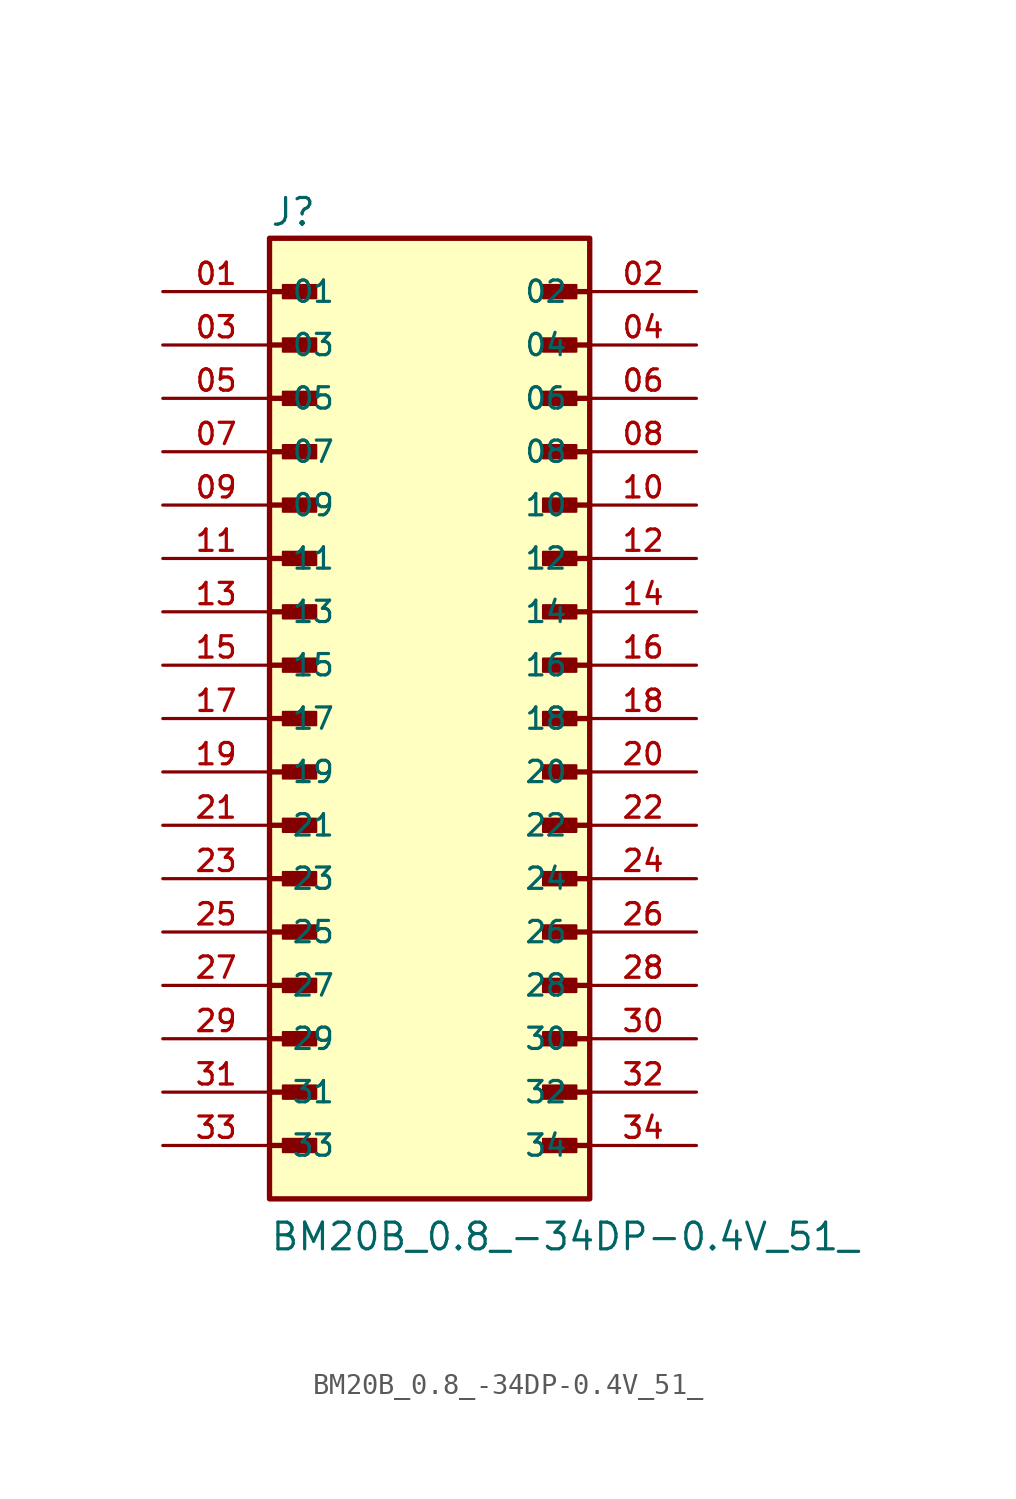
<source format=kicad_sym>
(kicad_symbol_lib
  (version 20211014)
  (generator kicad_symbol_editor)
  (symbol "BM20B_0.8_-34DP-0.4V_51_"
    (pin_names
      (offset 1.016))
    (property "Reference" "J"
      (at -7.62 23.368 0)
      (effects (font (size 1.27 1.27)) (justify bottom left)))
    (property "Value" "BM20B_0.8_-34DP-0.4V_51_"
      (at -7.62 -25.4 0)
      (effects (font (size 1.27 1.27)) (justify bottom left)))
    (symbol "BM20B_0.8_-34DP-0.4V_51__0_0"
      (polyline (pts (xy -7.62 20.32) (xy -5.715 20.32)) (stroke (width 0.254)))
      (rectangle (start -6.985 20.003) (end -5.397 20.637) (stroke (width 0.1)) (fill (type outline)))
      (polyline (pts (xy 7.62 20.32) (xy 5.715 20.32)) (stroke (width 0.254)))
      (rectangle (start 5.397 20.003) (end 6.985 20.637) (stroke (width 0.1)) (fill (type outline)))
      (polyline (pts (xy -7.62 17.78) (xy -5.715 17.78)) (stroke (width 0.254)))
      (rectangle (start -6.985 17.462) (end -5.397 18.098) (stroke (width 0.1)) (fill (type outline)))
      (polyline (pts (xy 7.62 17.78) (xy 5.715 17.78)) (stroke (width 0.254)))
      (rectangle (start 5.397 17.462) (end 6.985 18.098) (stroke (width 0.1)) (fill (type outline)))
      (polyline (pts (xy -7.62 15.24) (xy -5.715 15.24)) (stroke (width 0.254)))
      (rectangle (start -6.985 14.922) (end -5.397 15.557) (stroke (width 0.1)) (fill (type outline)))
      (polyline (pts (xy 7.62 15.24) (xy 5.715 15.24)) (stroke (width 0.254)))
      (rectangle (start 5.397 14.922) (end 6.985 15.557) (stroke (width 0.1)) (fill (type outline)))
      (polyline (pts (xy -7.62 12.7) (xy -5.715 12.7)) (stroke (width 0.254)))
      (rectangle (start -6.985 12.383) (end -5.397 13.018) (stroke (width 0.1)) (fill (type outline)))
      (polyline (pts (xy 7.62 12.7) (xy 5.715 12.7)) (stroke (width 0.254)))
      (rectangle (start 5.397 12.383) (end 6.985 13.018) (stroke (width 0.1)) (fill (type outline)))
      (polyline (pts (xy -7.62 10.16) (xy -5.715 10.16)) (stroke (width 0.254)))
      (rectangle (start -6.985 9.842) (end -5.397 10.477) (stroke (width 0.1)) (fill (type outline)))
      (polyline (pts (xy 7.62 10.16) (xy 5.715 10.16)) (stroke (width 0.254)))
      (rectangle (start 5.397 9.842) (end 6.985 10.477) (stroke (width 0.1)) (fill (type outline)))
      (polyline (pts (xy -7.62 7.62) (xy -5.715 7.62)) (stroke (width 0.254)))
      (rectangle (start -6.985 7.303) (end -5.397 7.938) (stroke (width 0.1)) (fill (type outline)))
      (polyline (pts (xy 7.62 7.62) (xy 5.715 7.62)) (stroke (width 0.254)))
      (rectangle (start 5.397 7.303) (end 6.985 7.938) (stroke (width 0.1)) (fill (type outline)))
      (polyline (pts (xy -7.62 5.08) (xy -5.715 5.08)) (stroke (width 0.254)))
      (rectangle (start -6.985 4.763) (end -5.397 5.397) (stroke (width 0.1)) (fill (type outline)))
      (polyline (pts (xy 7.62 5.08) (xy 5.715 5.08)) (stroke (width 0.254)))
      (rectangle (start 5.397 4.763) (end 6.985 5.397) (stroke (width 0.1)) (fill (type outline)))
      (polyline (pts (xy -7.62 2.54) (xy -5.715 2.54)) (stroke (width 0.254)))
      (rectangle (start -6.985 2.223) (end -5.397 2.857) (stroke (width 0.1)) (fill (type outline)))
      (polyline (pts (xy 7.62 2.54) (xy 5.715 2.54)) (stroke (width 0.254)))
      (rectangle (start 5.397 2.223) (end 6.985 2.857) (stroke (width 0.1)) (fill (type outline)))
      (polyline (pts (xy -7.62 0.0) (xy -5.715 0.0)) (stroke (width 0.254)))
      (rectangle (start -6.985 -0.318) (end -5.397 0.318) (stroke (width 0.1)) (fill (type outline)))
      (polyline (pts (xy 7.62 0.0) (xy 5.715 0.0)) (stroke (width 0.254)))
      (rectangle (start 5.397 -0.318) (end 6.985 0.318) (stroke (width 0.1)) (fill (type outline)))
      (polyline (pts (xy -7.62 -2.54) (xy -5.715 -2.54)) (stroke (width 0.254)))
      (rectangle (start -6.985 -2.857) (end -5.397 -2.223) (stroke (width 0.1)) (fill (type outline)))
      (polyline (pts (xy 7.62 -2.54) (xy 5.715 -2.54)) (stroke (width 0.254)))
      (rectangle (start 5.397 -2.857) (end 6.985 -2.223) (stroke (width 0.1)) (fill (type outline)))
      (polyline (pts (xy -7.62 -5.08) (xy -5.715 -5.08)) (stroke (width 0.254)))
      (rectangle (start -6.985 -5.397) (end -5.397 -4.763) (stroke (width 0.1)) (fill (type outline)))
      (polyline (pts (xy 7.62 -5.08) (xy 5.715 -5.08)) (stroke (width 0.254)))
      (rectangle (start 5.397 -5.397) (end 6.985 -4.763) (stroke (width 0.1)) (fill (type outline)))
      (polyline (pts (xy -7.62 -7.62) (xy -5.715 -7.62)) (stroke (width 0.254)))
      (rectangle (start -6.985 -7.938) (end -5.397 -7.303) (stroke (width 0.1)) (fill (type outline)))
      (polyline (pts (xy 7.62 -7.62) (xy 5.715 -7.62)) (stroke (width 0.254)))
      (rectangle (start 5.397 -7.938) (end 6.985 -7.303) (stroke (width 0.1)) (fill (type outline)))
      (polyline (pts (xy -7.62 -10.16) (xy -5.715 -10.16)) (stroke (width 0.254)))
      (rectangle (start -6.985 -10.477) (end -5.397 -9.842) (stroke (width 0.1)) (fill (type outline)))
      (polyline (pts (xy 7.62 -10.16) (xy 5.715 -10.16)) (stroke (width 0.254)))
      (rectangle (start 5.397 -10.477) (end 6.985 -9.842) (stroke (width 0.1)) (fill (type outline)))
      (polyline (pts (xy -7.62 -12.7) (xy -5.715 -12.7)) (stroke (width 0.254)))
      (rectangle (start -6.985 -13.018) (end -5.397 -12.383) (stroke (width 0.1)) (fill (type outline)))
      (polyline (pts (xy 7.62 -12.7) (xy 5.715 -12.7)) (stroke (width 0.254)))
      (rectangle (start 5.397 -13.018) (end 6.985 -12.383) (stroke (width 0.1)) (fill (type outline)))
      (polyline (pts (xy -7.62 -15.24) (xy -5.715 -15.24)) (stroke (width 0.254)))
      (rectangle (start -6.985 -15.557) (end -5.397 -14.922) (stroke (width 0.1)) (fill (type outline)))
      (polyline (pts (xy 7.62 -15.24) (xy 5.715 -15.24)) (stroke (width 0.254)))
      (rectangle (start 5.397 -15.557) (end 6.985 -14.922) (stroke (width 0.1)) (fill (type outline)))
      (polyline (pts (xy -7.62 -17.78) (xy -5.715 -17.78)) (stroke (width 0.254)))
      (rectangle (start -6.985 -18.098) (end -5.397 -17.462) (stroke (width 0.1)) (fill (type outline)))
      (polyline (pts (xy 7.62 -17.78) (xy 5.715 -17.78)) (stroke (width 0.254)))
      (rectangle (start 5.397 -18.098) (end 6.985 -17.462) (stroke (width 0.1)) (fill (type outline)))
      (polyline (pts (xy -7.62 -20.32) (xy -5.715 -20.32)) (stroke (width 0.254)))
      (rectangle (start -6.985 -20.637) (end -5.397 -20.003) (stroke (width 0.1)) (fill (type outline)))
      (polyline (pts (xy 7.62 -20.32) (xy 5.715 -20.32)) (stroke (width 0.254)))
      (rectangle (start 5.397 -20.637) (end 6.985 -20.003) (stroke (width 0.1)) (fill (type outline)))
      (rectangle (start -7.62 -22.86) (end 7.62 22.86) (stroke (width 0.254)) (fill (type background)))
      (pin passive line (at -12.7 20.32 0) (length 5.08) (name "01" (effects (font (size 1.016 1.016)))) (number "01" (effects (font (size 1.016 1.016)))))
      (pin passive line (at 12.7 20.32 180.0) (length 5.08) (name "02" (effects (font (size 1.016 1.016)))) (number "02" (effects (font (size 1.016 1.016)))))
      (pin passive line (at -12.7 17.78 0) (length 5.08) (name "03" (effects (font (size 1.016 1.016)))) (number "03" (effects (font (size 1.016 1.016)))))
      (pin passive line (at 12.7 17.78 180.0) (length 5.08) (name "04" (effects (font (size 1.016 1.016)))) (number "04" (effects (font (size 1.016 1.016)))))
      (pin passive line (at -12.7 15.24 0) (length 5.08) (name "05" (effects (font (size 1.016 1.016)))) (number "05" (effects (font (size 1.016 1.016)))))
      (pin passive line (at 12.7 15.24 180.0) (length 5.08) (name "06" (effects (font (size 1.016 1.016)))) (number "06" (effects (font (size 1.016 1.016)))))
      (pin passive line (at -12.7 12.7 0) (length 5.08) (name "07" (effects (font (size 1.016 1.016)))) (number "07" (effects (font (size 1.016 1.016)))))
      (pin passive line (at 12.7 12.7 180.0) (length 5.08) (name "08" (effects (font (size 1.016 1.016)))) (number "08" (effects (font (size 1.016 1.016)))))
      (pin passive line (at -12.7 10.16 0) (length 5.08) (name "09" (effects (font (size 1.016 1.016)))) (number "09" (effects (font (size 1.016 1.016)))))
      (pin passive line (at 12.7 10.16 180.0) (length 5.08) (name "10" (effects (font (size 1.016 1.016)))) (number "10" (effects (font (size 1.016 1.016)))))
      (pin passive line (at -12.7 7.62 0) (length 5.08) (name "11" (effects (font (size 1.016 1.016)))) (number "11" (effects (font (size 1.016 1.016)))))
      (pin passive line (at 12.7 7.62 180.0) (length 5.08) (name "12" (effects (font (size 1.016 1.016)))) (number "12" (effects (font (size 1.016 1.016)))))
      (pin passive line (at -12.7 5.08 0) (length 5.08) (name "13" (effects (font (size 1.016 1.016)))) (number "13" (effects (font (size 1.016 1.016)))))
      (pin passive line (at 12.7 5.08 180.0) (length 5.08) (name "14" (effects (font (size 1.016 1.016)))) (number "14" (effects (font (size 1.016 1.016)))))
      (pin passive line (at -12.7 2.54 0) (length 5.08) (name "15" (effects (font (size 1.016 1.016)))) (number "15" (effects (font (size 1.016 1.016)))))
      (pin passive line (at 12.7 2.54 180.0) (length 5.08) (name "16" (effects (font (size 1.016 1.016)))) (number "16" (effects (font (size 1.016 1.016)))))
      (pin passive line (at -12.7 0.0 0) (length 5.08) (name "17" (effects (font (size 1.016 1.016)))) (number "17" (effects (font (size 1.016 1.016)))))
      (pin passive line (at 12.7 0.0 180.0) (length 5.08) (name "18" (effects (font (size 1.016 1.016)))) (number "18" (effects (font (size 1.016 1.016)))))
      (pin passive line (at -12.7 -2.54 0) (length 5.08) (name "19" (effects (font (size 1.016 1.016)))) (number "19" (effects (font (size 1.016 1.016)))))
      (pin passive line (at 12.7 -2.54 180.0) (length 5.08) (name "20" (effects (font (size 1.016 1.016)))) (number "20" (effects (font (size 1.016 1.016)))))
      (pin passive line (at -12.7 -5.08 0) (length 5.08) (name "21" (effects (font (size 1.016 1.016)))) (number "21" (effects (font (size 1.016 1.016)))))
      (pin passive line (at 12.7 -5.08 180.0) (length 5.08) (name "22" (effects (font (size 1.016 1.016)))) (number "22" (effects (font (size 1.016 1.016)))))
      (pin passive line (at -12.7 -7.62 0) (length 5.08) (name "23" (effects (font (size 1.016 1.016)))) (number "23" (effects (font (size 1.016 1.016)))))
      (pin passive line (at 12.7 -7.62 180.0) (length 5.08) (name "24" (effects (font (size 1.016 1.016)))) (number "24" (effects (font (size 1.016 1.016)))))
      (pin passive line (at -12.7 -10.16 0) (length 5.08) (name "25" (effects (font (size 1.016 1.016)))) (number "25" (effects (font (size 1.016 1.016)))))
      (pin passive line (at 12.7 -10.16 180.0) (length 5.08) (name "26" (effects (font (size 1.016 1.016)))) (number "26" (effects (font (size 1.016 1.016)))))
      (pin passive line (at -12.7 -12.7 0) (length 5.08) (name "27" (effects (font (size 1.016 1.016)))) (number "27" (effects (font (size 1.016 1.016)))))
      (pin passive line (at 12.7 -12.7 180.0) (length 5.08) (name "28" (effects (font (size 1.016 1.016)))) (number "28" (effects (font (size 1.016 1.016)))))
      (pin passive line (at -12.7 -15.24 0) (length 5.08) (name "29" (effects (font (size 1.016 1.016)))) (number "29" (effects (font (size 1.016 1.016)))))
      (pin passive line (at 12.7 -15.24 180.0) (length 5.08) (name "30" (effects (font (size 1.016 1.016)))) (number "30" (effects (font (size 1.016 1.016)))))
      (pin passive line (at -12.7 -17.78 0) (length 5.08) (name "31" (effects (font (size 1.016 1.016)))) (number "31" (effects (font (size 1.016 1.016)))))
      (pin passive line (at 12.7 -17.78 180.0) (length 5.08) (name "32" (effects (font (size 1.016 1.016)))) (number "32" (effects (font (size 1.016 1.016)))))
      (pin passive line (at -12.7 -20.32 0) (length 5.08) (name "33" (effects (font (size 1.016 1.016)))) (number "33" (effects (font (size 1.016 1.016)))))
      (pin passive line (at 12.7 -20.32 180.0) (length 5.08) (name "34" (effects (font (size 1.016 1.016)))) (number "34" (effects (font (size 1.016 1.016))))))))
</source>
